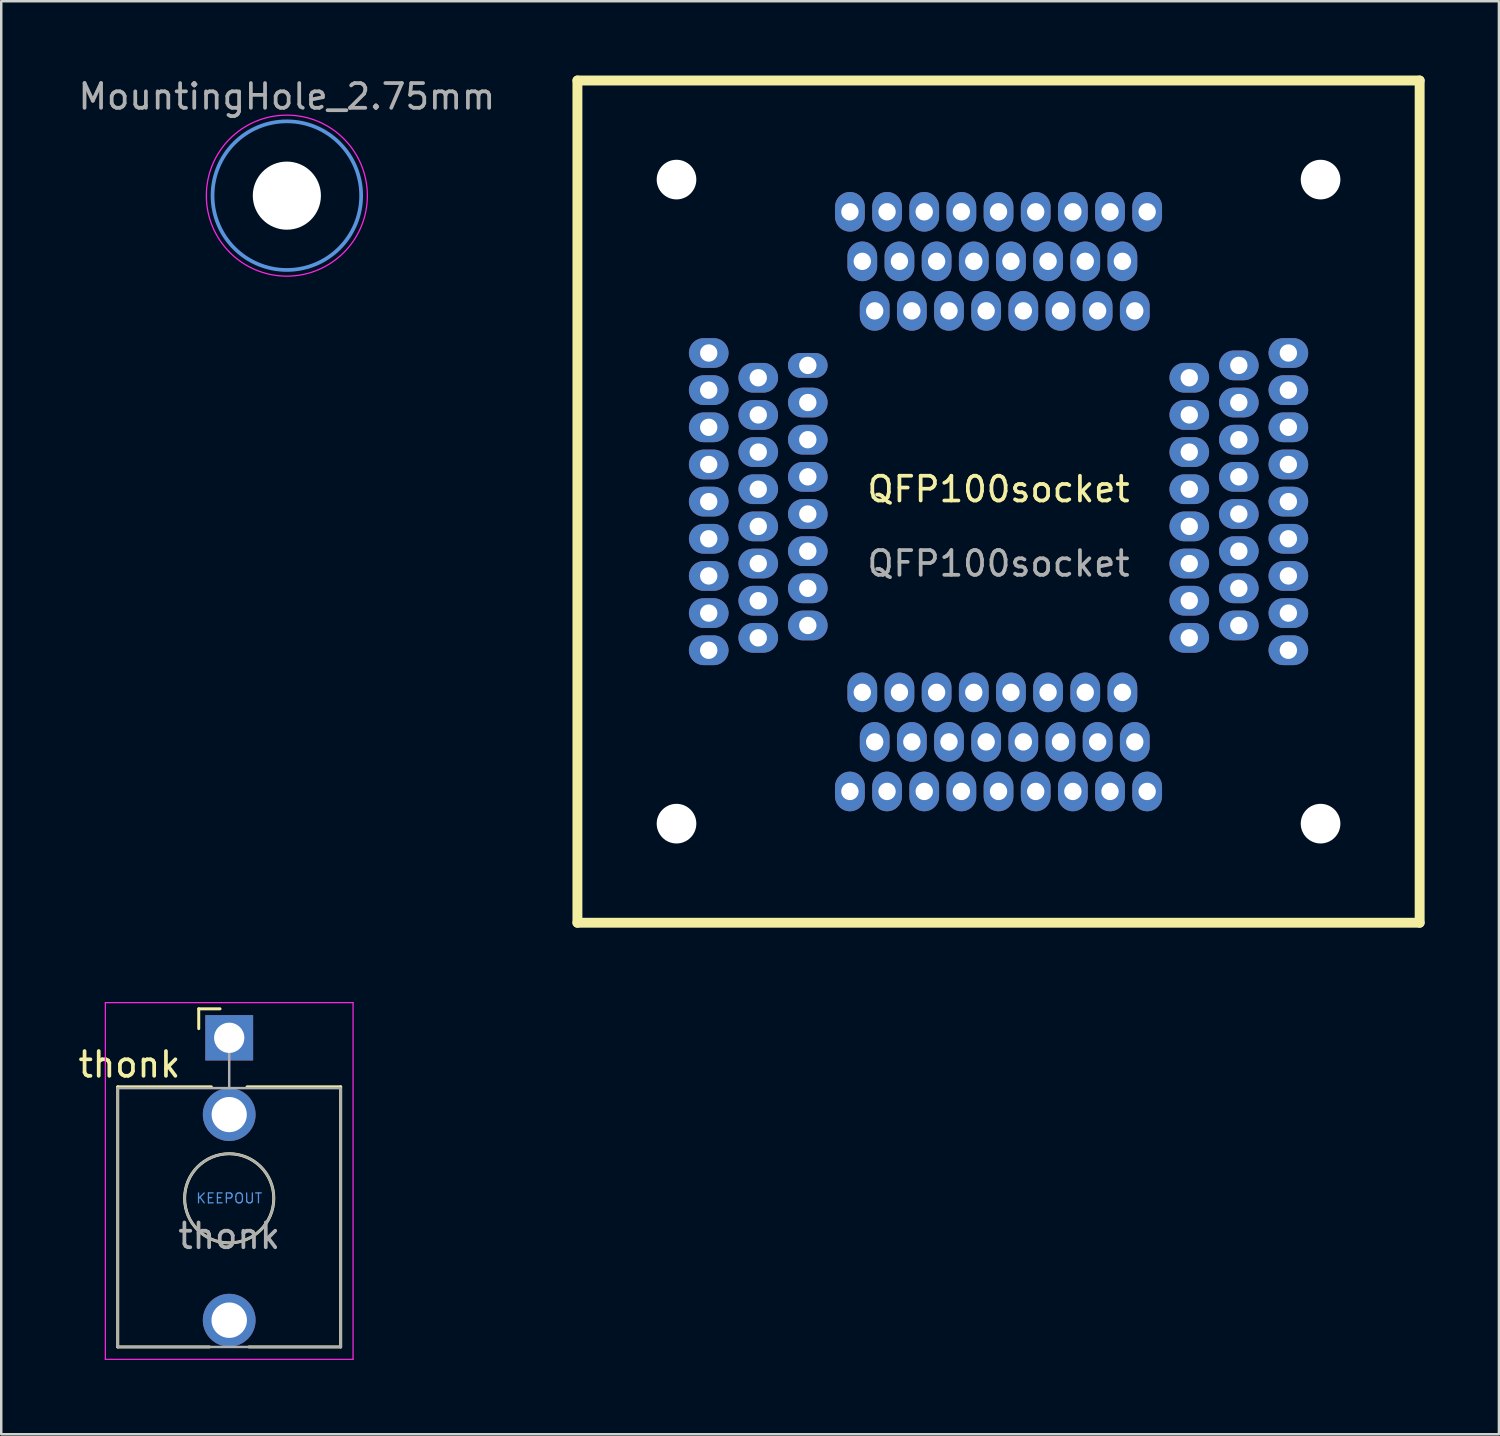
<source format=kicad_pcb>
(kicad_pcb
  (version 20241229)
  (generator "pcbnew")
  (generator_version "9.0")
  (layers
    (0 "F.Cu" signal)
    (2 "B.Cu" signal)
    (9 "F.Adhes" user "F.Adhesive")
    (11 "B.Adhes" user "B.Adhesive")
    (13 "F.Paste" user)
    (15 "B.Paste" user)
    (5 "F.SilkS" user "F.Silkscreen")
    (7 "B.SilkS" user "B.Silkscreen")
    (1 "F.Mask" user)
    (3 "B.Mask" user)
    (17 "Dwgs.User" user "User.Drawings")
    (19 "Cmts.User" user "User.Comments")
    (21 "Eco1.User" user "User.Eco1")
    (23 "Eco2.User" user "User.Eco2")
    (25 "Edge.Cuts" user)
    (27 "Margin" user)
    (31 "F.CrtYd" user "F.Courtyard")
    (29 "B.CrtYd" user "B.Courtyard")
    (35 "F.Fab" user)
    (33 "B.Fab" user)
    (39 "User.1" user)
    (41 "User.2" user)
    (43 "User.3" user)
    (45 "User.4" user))
  (footprint "MountingHole_2.75mm"
    (layer "F.Cu")
    (at 8.53 4.848)
    (property "Reference" "MountingHole_2.75mm" (at 0 -4 0) (layer "F.Fab") (effects (font (size 1 1) (thickness 0.15))))
    (attr exclude_from_pos_files exclude_from_bom)
    (fp_circle (center 0 0) (end 3 0) (stroke (width 0.15) (type solid)) (fill no) (layer "Cmts.User"))
    (fp_circle (center 0 0) (end 3.25 0) (stroke (width 0.05) (type solid)) (fill no) (layer "F.CrtYd"))
    (pad "" np_thru_hole circle (at 0 0) (size 2.75 2.75) (drill 2.75) (layers "*.Cu" "*.Mask")))
  (footprint "QFP100socket"
    (layer "F.Cu")
    (at 37.26 17.2)
    (property "Reference" "QFP100socket" (at 0 -0.5 0) (unlocked yes) (layer "F.SilkS") (effects (font (size 1 1) (thickness 0.15))))
    (attr through_hole)
    (fp_line (start -17 -17) (end -17 17) (stroke (width 0.4) (type solid)) (layer "F.SilkS"))
    (fp_line (start -17 -17) (end 17 -17) (stroke (width 0.4) (type solid)) (layer "F.SilkS"))
    (fp_line (start 17 -17) (end 17 17) (stroke (width 0.4) (type solid)) (layer "F.SilkS"))
    (fp_line (start 17 17) (end -17 17) (stroke (width 0.4) (type solid)) (layer "F.SilkS"))
    (fp_text user "${REFERENCE}" (at 0 2.5 0) (unlocked yes) (layer "F.Fab") (effects (font (size 1 1) (thickness 0.15))))
    (pad "" np_thru_hole circle (at -13 -13) (size 1.6 1.6) (drill 1.6) (layers "*.Cu" "*.Mask"))
    (pad "" np_thru_hole circle (at -13 13) (size 1.6 1.6) (drill 1.6) (layers "*.Cu" "*.Mask"))
    (pad "" np_thru_hole circle (at 13 -13) (size 1.6 1.6) (drill 1.6) (layers "*.Cu" "*.Mask"))
    (pad "" np_thru_hole circle (at 13 13) (size 1.6 1.6) (drill 1.6) (layers "*.Cu" "*.Mask"))
    (pad "1" thru_hole oval (at -6 11.7) (size 1.2 1.6) (drill 0.7) (layers "*.Cu" "*.Mask"))
    (pad "2" thru_hole oval (at -5.5 7.7) (size 1.2 1.6) (drill 0.7) (layers "*.Cu" "*.Mask"))
    (pad "3" thru_hole oval (at -5 9.7) (size 1.2 1.6) (drill 0.7) (layers "*.Cu" "*.Mask"))
    (pad "4" thru_hole oval (at -4.5 11.7) (size 1.2 1.6) (drill 0.7) (layers "*.Cu" "*.Mask"))
    (pad "5" thru_hole oval (at -4 7.7) (size 1.2 1.6) (drill 0.7) (layers "*.Cu" "*.Mask"))
    (pad "6" thru_hole oval (at -3.5 9.7) (size 1.2 1.6) (drill 0.7) (layers "*.Cu" "*.Mask"))
    (pad "7" thru_hole oval (at -3 11.7) (size 1.2 1.6) (drill 0.7) (layers "*.Cu" "*.Mask"))
    (pad "8" thru_hole oval (at -2.5 7.7) (size 1.2 1.6) (drill 0.7) (layers "*.Cu" "*.Mask"))
    (pad "9" thru_hole oval (at -2 9.7) (size 1.2 1.6) (drill 0.7) (layers "*.Cu" "*.Mask"))
    (pad "10" thru_hole oval (at -1.5 11.7) (size 1.2 1.6) (drill 0.7) (layers "*.Cu" "*.Mask"))
    (pad "11" thru_hole oval (at -1 7.7) (size 1.2 1.6) (drill 0.7) (layers "*.Cu" "*.Mask"))
    (pad "12" thru_hole oval (at -0.5 9.7) (size 1.2 1.6) (drill 0.7) (layers "*.Cu" "*.Mask"))
    (pad "13" thru_hole oval (at 0 11.7) (size 1.2 1.6) (drill 0.7) (layers "*.Cu" "*.Mask"))
    (pad "14" thru_hole oval (at 0.5 7.7) (size 1.2 1.6) (drill 0.7) (layers "*.Cu" "*.Mask"))
    (pad "15" thru_hole oval (at 1 9.7) (size 1.2 1.6) (drill 0.7) (layers "*.Cu" "*.Mask"))
    (pad "16" thru_hole oval (at 1.5 11.7) (size 1.2 1.6) (drill 0.7) (layers "*.Cu" "*.Mask"))
    (pad "17" thru_hole oval (at 2 7.7) (size 1.2 1.6) (drill 0.7) (layers "*.Cu" "*.Mask"))
    (pad "18" thru_hole oval (at 2.5 9.7) (size 1.2 1.6) (drill 0.7) (layers "*.Cu" "*.Mask"))
    (pad "19" thru_hole oval (at 3 11.7) (size 1.2 1.6) (drill 0.7) (layers "*.Cu" "*.Mask"))
    (pad "20" thru_hole oval (at 3.5 7.7) (size 1.2 1.6) (drill 0.7) (layers "*.Cu" "*.Mask"))
    (pad "21" thru_hole oval (at 4 9.7) (size 1.2 1.6) (drill 0.7) (layers "*.Cu" "*.Mask"))
    (pad "22" thru_hole oval (at 4.5 11.7) (size 1.2 1.6) (drill 0.7) (layers "*.Cu" "*.Mask"))
    (pad "23" thru_hole oval (at 5 7.7) (size 1.2 1.6) (drill 0.7) (layers "*.Cu" "*.Mask"))
    (pad "24" thru_hole oval (at 5.5 9.7) (size 1.2 1.6) (drill 0.7) (layers "*.Cu" "*.Mask"))
    (pad "25" thru_hole oval (at 6 11.7) (size 1.2 1.6) (drill 0.7) (layers "*.Cu" "*.Mask"))
    (pad "26" thru_hole oval (at 11.7 6 90) (size 1.2 1.6) (drill 0.7) (layers "*.Cu" "*.Mask"))
    (pad "27" thru_hole oval (at 7.7 5.5 90) (size 1.2 1.6) (drill 0.7) (layers "*.Cu" "*.Mask"))
    (pad "28" thru_hole oval (at 9.7 5 90) (size 1.2 1.6) (drill 0.7) (layers "*.Cu" "*.Mask"))
    (pad "29" thru_hole oval (at 11.7 4.5 90) (size 1.2 1.6) (drill 0.7) (layers "*.Cu" "*.Mask"))
    (pad "30" thru_hole oval (at 7.7 4 90) (size 1.2 1.6) (drill 0.7) (layers "*.Cu" "*.Mask"))
    (pad "31" thru_hole oval (at 9.7 3.5 90) (size 1.2 1.6) (drill 0.7) (layers "*.Cu" "*.Mask"))
    (pad "32" thru_hole oval (at 11.7 3 90) (size 1.2 1.6) (drill 0.7) (layers "*.Cu" "*.Mask"))
    (pad "33" thru_hole oval (at 7.7 2.5 90) (size 1.2 1.6) (drill 0.7) (layers "*.Cu" "*.Mask"))
    (pad "34" thru_hole oval (at 9.7 2 90) (size 1.2 1.6) (drill 0.7) (layers "*.Cu" "*.Mask"))
    (pad "35" thru_hole oval (at 11.7 1.5 90) (size 1.2 1.6) (drill 0.7) (layers "*.Cu" "*.Mask"))
    (pad "36" thru_hole oval (at 7.7 1 90) (size 1.2 1.6) (drill 0.7) (layers "*.Cu" "*.Mask"))
    (pad "37" thru_hole oval (at 9.7 0.5 90) (size 1.2 1.6) (drill 0.7) (layers "*.Cu" "*.Mask"))
    (pad "38" thru_hole oval (at 11.7 0 90) (size 1.2 1.6) (drill 0.7) (layers "*.Cu" "*.Mask"))
    (pad "39" thru_hole oval (at 7.7 -0.5 90) (size 1.2 1.6) (drill 0.7) (layers "*.Cu" "*.Mask"))
    (pad "40" thru_hole oval (at 9.7 -1 90) (size 1.2 1.6) (drill 0.7) (layers "*.Cu" "*.Mask"))
    (pad "41" thru_hole oval (at 11.7 -1.5 90) (size 1.2 1.6) (drill 0.7) (layers "*.Cu" "*.Mask"))
    (pad "42" thru_hole oval (at 7.7 -2 90) (size 1.2 1.6) (drill 0.7) (layers "*.Cu" "*.Mask"))
    (pad "43" thru_hole oval (at 9.7 -2.5 90) (size 1.2 1.6) (drill 0.7) (layers "*.Cu" "*.Mask"))
    (pad "44" thru_hole oval (at 11.7 -3 90) (size 1.2 1.6) (drill 0.7) (layers "*.Cu" "*.Mask"))
    (pad "45" thru_hole oval (at 7.7 -3.5 90) (size 1.2 1.6) (drill 0.7) (layers "*.Cu" "*.Mask"))
    (pad "46" thru_hole oval (at 9.7 -4 90) (size 1.2 1.6) (drill 0.7) (layers "*.Cu" "*.Mask"))
    (pad "47" thru_hole oval (at 11.7 -4.5 90) (size 1.2 1.6) (drill 0.7) (layers "*.Cu" "*.Mask"))
    (pad "48" thru_hole oval (at 7.7 -5 90) (size 1.2 1.6) (drill 0.7) (layers "*.Cu" "*.Mask"))
    (pad "49" thru_hole oval (at 9.7 -5.5 90) (size 1.2 1.6) (drill 0.7) (layers "*.Cu" "*.Mask"))
    (pad "50" thru_hole oval (at 11.7 -6 90) (size 1.2 1.6) (drill 0.7) (layers "*.Cu" "*.Mask"))
    (pad "51" thru_hole oval (at 6 -11.7 180) (size 1.2 1.6) (drill 0.7) (layers "*.Cu" "*.Mask"))
    (pad "52" thru_hole oval (at 5.5 -7.7 180) (size 1.2 1.6) (drill 0.7) (layers "*.Cu" "*.Mask"))
    (pad "53" thru_hole oval (at 5 -9.7 180) (size 1.2 1.6) (drill 0.7) (layers "*.Cu" "*.Mask"))
    (pad "54" thru_hole oval (at 4.5 -11.7 180) (size 1.2 1.6) (drill 0.7) (layers "*.Cu" "*.Mask"))
    (pad "55" thru_hole oval (at 4 -7.7 180) (size 1.2 1.6) (drill 0.7) (layers "*.Cu" "*.Mask"))
    (pad "56" thru_hole oval (at 3.5 -9.7 180) (size 1.2 1.6) (drill 0.7) (layers "*.Cu" "*.Mask"))
    (pad "57" thru_hole oval (at 3 -11.7 180) (size 1.2 1.6) (drill 0.7) (layers "*.Cu" "*.Mask"))
    (pad "58" thru_hole oval (at 2.5 -7.7 180) (size 1.2 1.6) (drill 0.7) (layers "*.Cu" "*.Mask"))
    (pad "59" thru_hole oval (at 2 -9.7 180) (size 1.2 1.6) (drill 0.7) (layers "*.Cu" "*.Mask"))
    (pad "60" thru_hole oval (at 1.5 -11.7 180) (size 1.2 1.6) (drill 0.7) (layers "*.Cu" "*.Mask"))
    (pad "61" thru_hole oval (at 1 -7.7 180) (size 1.2 1.6) (drill 0.7) (layers "*.Cu" "*.Mask"))
    (pad "62" thru_hole oval (at 0.5 -9.7 180) (size 1.2 1.6) (drill 0.7) (layers "*.Cu" "*.Mask"))
    (pad "63" thru_hole oval (at 0 -11.7 180) (size 1.2 1.6) (drill 0.7) (layers "*.Cu" "*.Mask"))
    (pad "64" thru_hole oval (at -0.5 -7.7 180) (size 1.2 1.6) (drill 0.7) (layers "*.Cu" "*.Mask"))
    (pad "65" thru_hole oval (at -1 -9.7 180) (size 1.2 1.6) (drill 0.7) (layers "*.Cu" "*.Mask"))
    (pad "66" thru_hole oval (at -1.5 -11.7 180) (size 1.2 1.6) (drill 0.7) (layers "*.Cu" "*.Mask"))
    (pad "67" thru_hole oval (at -2 -7.7 180) (size 1.2 1.6) (drill 0.7) (layers "*.Cu" "*.Mask"))
    (pad "68" thru_hole oval (at -2.5 -9.7 180) (size 1.2 1.6) (drill 0.7) (layers "*.Cu" "*.Mask"))
    (pad "69" thru_hole oval (at -3 -11.7 180) (size 1.2 1.6) (drill 0.7) (layers "*.Cu" "*.Mask"))
    (pad "70" thru_hole oval (at -3.5 -7.7 180) (size 1.2 1.6) (drill 0.7) (layers "*.Cu" "*.Mask"))
    (pad "71" thru_hole oval (at -4 -9.7 180) (size 1.2 1.6) (drill 0.7) (layers "*.Cu" "*.Mask"))
    (pad "72" thru_hole oval (at -4.5 -11.7 180) (size 1.2 1.6) (drill 0.7) (layers "*.Cu" "*.Mask"))
    (pad "73" thru_hole oval (at -5 -7.7 180) (size 1.2 1.6) (drill 0.7) (layers "*.Cu" "*.Mask"))
    (pad "74" thru_hole oval (at -5.5 -9.7 180) (size 1.2 1.6) (drill 0.7) (layers "*.Cu" "*.Mask"))
    (pad "75" thru_hole oval (at -6 -11.7 180) (size 1.2 1.6) (drill 0.7) (layers "*.Cu" "*.Mask"))
    (pad "76" thru_hole oval (at -11.7 -6 270) (size 1.2 1.6) (drill 0.7) (layers "*.Cu" "*.Mask"))
    (pad "77" thru_hole oval (at -7.7 -5.5 270) (size 1 1.6) (drill 0.7) (layers "*.Cu" "*.Mask"))
    (pad "78" thru_hole oval (at -9.7 -5 270) (size 1.2 1.6) (drill 0.7) (layers "*.Cu" "*.Mask"))
    (pad "79" thru_hole oval (at -11.7 -4.5 270) (size 1.2 1.6) (drill 0.7) (layers "*.Cu" "*.Mask"))
    (pad "80" thru_hole oval (at -7.7 -4 270) (size 1.2 1.6) (drill 0.7) (layers "*.Cu" "*.Mask"))
    (pad "81" thru_hole oval (at -9.7 -3.5 270) (size 1.2 1.6) (drill 0.7) (layers "*.Cu" "*.Mask"))
    (pad "82" thru_hole oval (at -11.7 -3 270) (size 1.2 1.6) (drill 0.7) (layers "*.Cu" "*.Mask"))
    (pad "83" thru_hole oval (at -7.7 -2.5 270) (size 1.2 1.6) (drill 0.7) (layers "*.Cu" "*.Mask"))
    (pad "84" thru_hole oval (at -9.7 -2 270) (size 1.2 1.6) (drill 0.7) (layers "*.Cu" "*.Mask"))
    (pad "85" thru_hole oval (at -11.7 -1.5 270) (size 1.2 1.6) (drill 0.7) (layers "*.Cu" "*.Mask"))
    (pad "86" thru_hole oval (at -7.7 -1 270) (size 1.2 1.6) (drill 0.7) (layers "*.Cu" "*.Mask"))
    (pad "87" thru_hole oval (at -9.7 -0.5 270) (size 1.2 1.6) (drill 0.7) (layers "*.Cu" "*.Mask"))
    (pad "88" thru_hole oval (at -11.7 0 270) (size 1.2 1.6) (drill 0.7) (layers "*.Cu" "*.Mask"))
    (pad "89" thru_hole oval (at -7.7 0.5 270) (size 1.2 1.6) (drill 0.7) (layers "*.Cu" "*.Mask"))
    (pad "90" thru_hole oval (at -9.7 1 270) (size 1.2 1.6) (drill 0.7) (layers "*.Cu" "*.Mask"))
    (pad "91" thru_hole oval (at -11.7 1.5 270) (size 1.2 1.6) (drill 0.7) (layers "*.Cu" "*.Mask"))
    (pad "92" thru_hole oval (at -7.7 2 270) (size 1.2 1.6) (drill 0.7) (layers "*.Cu" "*.Mask"))
    (pad "93" thru_hole oval (at -9.7 2.5 270) (size 1.2 1.6) (drill 0.7) (layers "*.Cu" "*.Mask"))
    (pad "94" thru_hole oval (at -11.7 3 270) (size 1.2 1.6) (drill 0.7) (layers "*.Cu" "*.Mask"))
    (pad "95" thru_hole oval (at -7.7 3.5 270) (size 1.2 1.6) (drill 0.7) (layers "*.Cu" "*.Mask"))
    (pad "96" thru_hole oval (at -9.7 4 270) (size 1.2 1.6) (drill 0.7) (layers "*.Cu" "*.Mask"))
    (pad "97" thru_hole oval (at -11.7 4.5 270) (size 1.2 1.6) (drill 0.7) (layers "*.Cu" "*.Mask"))
    (pad "98" thru_hole oval (at -7.7 5 270) (size 1.2 1.6) (drill 0.7) (layers "*.Cu" "*.Mask"))
    (pad "99" thru_hole oval (at -9.7 5.5 270) (size 1.2 1.6) (drill 0.7) (layers "*.Cu" "*.Mask"))
    (pad "100" thru_hole oval (at -11.7 6 270) (size 1.2 1.6) (drill 0.7) (layers "*.Cu" "*.Mask")))
  (footprint "thonk"
    (layer "F.Cu")
    (at 6.203 45.325)
    (property "Reference" "thonk" (at -4.03 -5.4 180) (layer "F.SilkS") (effects (font (size 1 1) (thickness 0.15))))
    (attr through_hole)
    (fp_line (start -4.5 -4.5) (end -4.5 6) (stroke (width 0.12) (type solid)) (layer "F.SilkS"))
    (fp_line (start -1.23 -7.65) (end -1.23 -6.85) (stroke (width 0.12) (type solid)) (layer "F.SilkS"))
    (fp_line (start -1.23 -7.65) (end -0.37 -7.65) (stroke (width 0.12) (type solid)) (layer "F.SilkS"))
    (fp_line (start -0.8 6) (end -4.5 6) (stroke (width 0.12) (type solid)) (layer "F.SilkS"))
    (fp_line (start -0.72 -4.5) (end -4.5 -4.5) (stroke (width 0.12) (type solid)) (layer "F.SilkS"))
    (fp_line (start 4.5 -4.5) (end 0.72 -4.5) (stroke (width 0.12) (type solid)) (layer "F.SilkS"))
    (fp_line (start 4.5 -4.5) (end 4.5 6) (stroke (width 0.12) (type solid)) (layer "F.SilkS"))
    (fp_line (start 4.5 6) (end 0.8 6) (stroke (width 0.12) (type solid)) (layer "F.SilkS"))
    (fp_circle (center 0 0) (end 1.8 0) (stroke (width 0.12) (type solid)) (fill no) (layer "F.SilkS"))
    (fp_line (start -5 6.5) (end -5 -7.9) (stroke (width 0.05) (type solid)) (layer "F.CrtYd"))
    (fp_line (start 5 -7.9) (end -5 -7.9) (stroke (width 0.05) (type solid)) (layer "F.CrtYd"))
    (fp_line (start 5 6.5) (end -5 6.5) (stroke (width 0.05) (type solid)) (layer "F.CrtYd"))
    (fp_line (start 5 6.5) (end 5 -7.9) (stroke (width 0.05) (type solid)) (layer "F.CrtYd"))
    (fp_line (start -4.5 6) (end -4.5 -4.4) (stroke (width 0.1) (type solid)) (layer "F.Fab"))
    (fp_line (start 0 -6.48) (end 0 -4.45) (stroke (width 0.1) (type solid)) (layer "F.Fab"))
    (fp_line (start 4.5 -4.45) (end -4.5 -4.45) (stroke (width 0.1) (type solid)) (layer "F.Fab"))
    (fp_line (start 4.5 6) (end -4.5 6) (stroke (width 0.1) (type solid)) (layer "F.Fab"))
    (fp_line (start 4.5 6) (end 4.5 -4.4) (stroke (width 0.1) (type solid)) (layer "F.Fab"))
    (fp_circle (center 0 0) (end 1.8 0) (stroke (width 0.1) (type solid)) (fill no) (layer "F.Fab"))
    (fp_text user "KEEPOUT" (at 0 0 0) (layer "Cmts.User") (effects (font (size 0.4 0.4) (thickness 0.051))))
    (fp_text user "${REFERENCE}" (at 0 1.52 180) (layer "F.Fab") (effects (font (size 1 1) (thickness 0.15))))
    (pad "S" thru_hole rect (at 0 -6.48 180) (size 1.93 1.83) (drill 1.22) (layers "*.Cu" "*.Mask"))
    (pad "T" thru_hole circle (at 0 4.92 180) (size 2.13 2.13) (drill 1.43) (layers "*.Cu" "*.Mask"))
    (pad "TN" thru_hole circle (at 0 -3.38 180) (size 2.13 2.13) (drill 1.42) (layers "*.Cu" "*.Mask"))
    (zone (net_name "") (layer "F.Cu") (hatch full 0.508) (connect_pads) (min_thickness 0.254) (filled_areas_thickness no) (keepout (tracks not_allowed) (vias not_allowed) (pads not_allowed) (copperpour not_allowed) (footprints not_allowed)) (placement (enabled no)) (fill) (polygon (pts (xy 7.708 45.325) (xy 7.688 45.079) (xy 7.627 44.84) (xy 7.529 44.614) (xy 7.395 44.407) (xy 7.229 44.224) (xy 7.036 44.071) (xy 6.82 43.952) (xy 6.587 43.87) (xy 6.344 43.827) (xy 6.098 43.824) (xy 5.854 43.861) (xy 5.619 43.937) (xy 5.401 44.051) (xy 5.203 44.199) (xy 5.033 44.378) (xy 4.894 44.582) (xy 4.79 44.805) (xy 4.724 45.043) (xy 4.698 45.288) (xy 4.712 45.534) (xy 4.766 45.775) (xy 4.859 46.004) (xy 4.988 46.214) (xy 5.15 46.4) (xy 5.339 46.558) (xy 5.552 46.682) (xy 5.783 46.77) (xy 6.024 46.82) (xy 6.271 46.829) (xy 6.516 46.797) (xy 6.752 46.726) (xy 6.973 46.618) (xy 7.174 46.475) (xy 7.349 46.301) (xy 7.493 46.1) (xy 7.602 45.879) (xy 7.674 45.643) (xy 7.706 45.399)))))
  (gr_rect
    (start -3 -3)
    (end 57.46 54.85)
    (stroke (width 0.1) (type default))
    (fill no)
    (layer "Edge.Cuts")))
</source>
